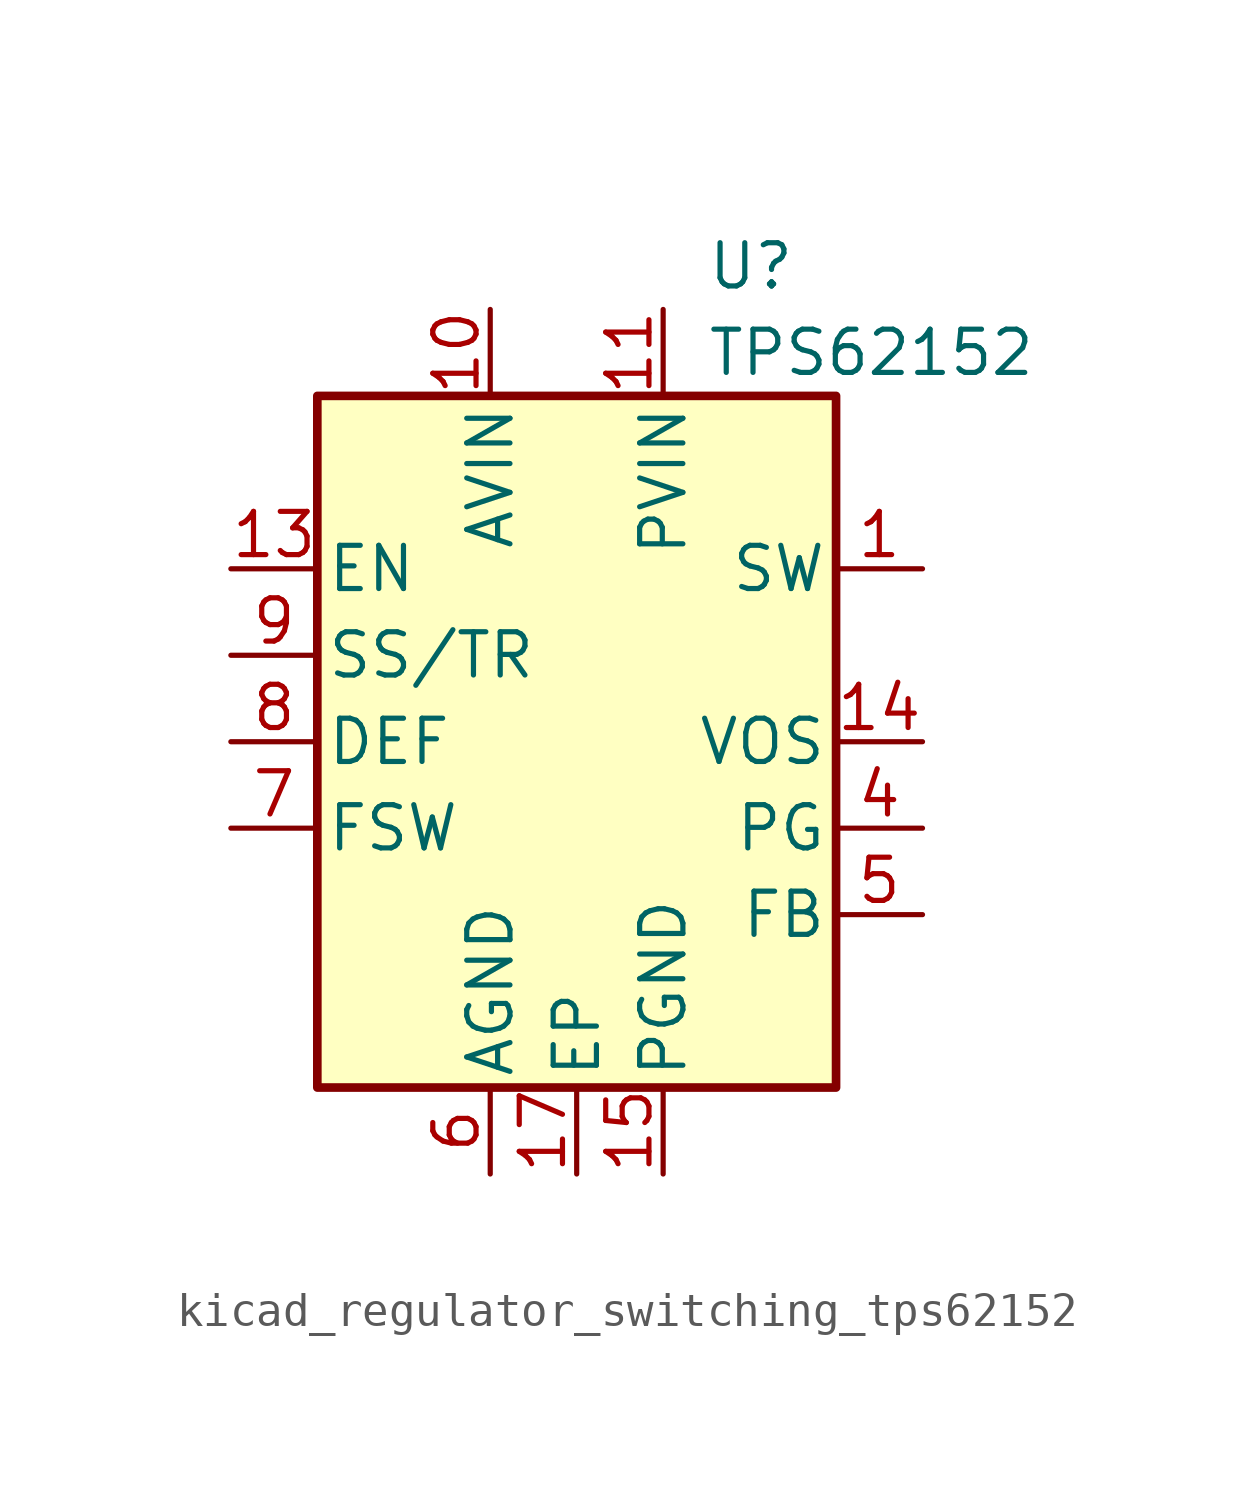
<source format=kicad_sym>
(kicad_symbol_lib
  (version 20220914)
  (generator kicad_symbol_editor)
  (symbol "kicad_regulator_switching_tps62152"
    (pin_names
      (offset 0.254))
    (property "Reference" "U"
      (at 3.81 13.97 0)
      (effects (font (size 1.27 1.27)) (justify left)))
    (property "Value" "TPS62152"
      (at 3.81 11.43 0)
      (effects (font (size 1.27 1.27)) (justify left)))
    (symbol "kicad_regulator_switching_tps62152_0_1"
      (rectangle (start -7.62 10.16) (end 7.62 -10.16) (stroke (width 0.254) (type default)) (fill (type background))))
    (symbol "kicad_regulator_switching_tps62152_1_1"
      (pin output line (at 10.16 5.08 180) (length 2.54) (name "SW" (effects (font (size 1.27 1.27)))) (number "1" (effects (font (size 1.27 1.27)))))
      (pin power_in line (at -2.54 12.7 270) (length 2.54) (name "AVIN" (effects (font (size 1.27 1.27)))) (number "10" (effects (font (size 1.27 1.27)))))
      (pin power_in line (at 2.54 12.7 270) (length 2.54) (name "PVIN" (effects (font (size 1.27 1.27)))) (number "11" (effects (font (size 1.27 1.27)))))
      (pin passive line (at 2.54 12.7 270) (length 2.54) hide (name "PVIN" (effects (font (size 1.27 1.27)))) (number "12" (effects (font (size 1.27 1.27)))))
      (pin input line (at -10.16 5.08 0) (length 2.54) (name "EN" (effects (font (size 1.27 1.27)))) (number "13" (effects (font (size 1.27 1.27)))))
      (pin input line (at 10.16 0 180) (length 2.54) (name "VOS" (effects (font (size 1.27 1.27)))) (number "14" (effects (font (size 1.27 1.27)))))
      (pin power_in line (at 2.54 -12.7 90) (length 2.54) (name "PGND" (effects (font (size 1.27 1.27)))) (number "15" (effects (font (size 1.27 1.27)))))
      (pin passive line (at 2.54 -12.7 90) (length 2.54) hide (name "PGND" (effects (font (size 1.27 1.27)))) (number "16" (effects (font (size 1.27 1.27)))))
      (pin power_in line (at 0 -12.7 90) (length 2.54) (name "EP" (effects (font (size 1.27 1.27)))) (number "17" (effects (font (size 1.27 1.27)))))
      (pin passive line (at 10.16 5.08 180) (length 2.54) hide (name "SW" (effects (font (size 1.27 1.27)))) (number "2" (effects (font (size 1.27 1.27)))))
      (pin passive line (at 10.16 5.08 180) (length 2.54) hide (name "SW" (effects (font (size 1.27 1.27)))) (number "3" (effects (font (size 1.27 1.27)))))
      (pin open_collector line (at 10.16 -2.54 180) (length 2.54) (name "PG" (effects (font (size 1.27 1.27)))) (number "4" (effects (font (size 1.27 1.27)))))
      (pin input line (at 10.16 -5.08 180) (length 2.54) (name "FB" (effects (font (size 1.27 1.27)))) (number "5" (effects (font (size 1.27 1.27)))))
      (pin power_in line (at -2.54 -12.7 90) (length 2.54) (name "AGND" (effects (font (size 1.27 1.27)))) (number "6" (effects (font (size 1.27 1.27)))))
      (pin input line (at -10.16 -2.54 0) (length 2.54) (name "FSW" (effects (font (size 1.27 1.27)))) (number "7" (effects (font (size 1.27 1.27)))))
      (pin input line (at -10.16 0 0) (length 2.54) (name "DEF" (effects (font (size 1.27 1.27)))) (number "8" (effects (font (size 1.27 1.27)))))
      (pin input line (at -10.16 2.54 0) (length 2.54) (name "SS/TR" (effects (font (size 1.27 1.27)))) (number "9" (effects (font (size 1.27 1.27))))))))
</source>
